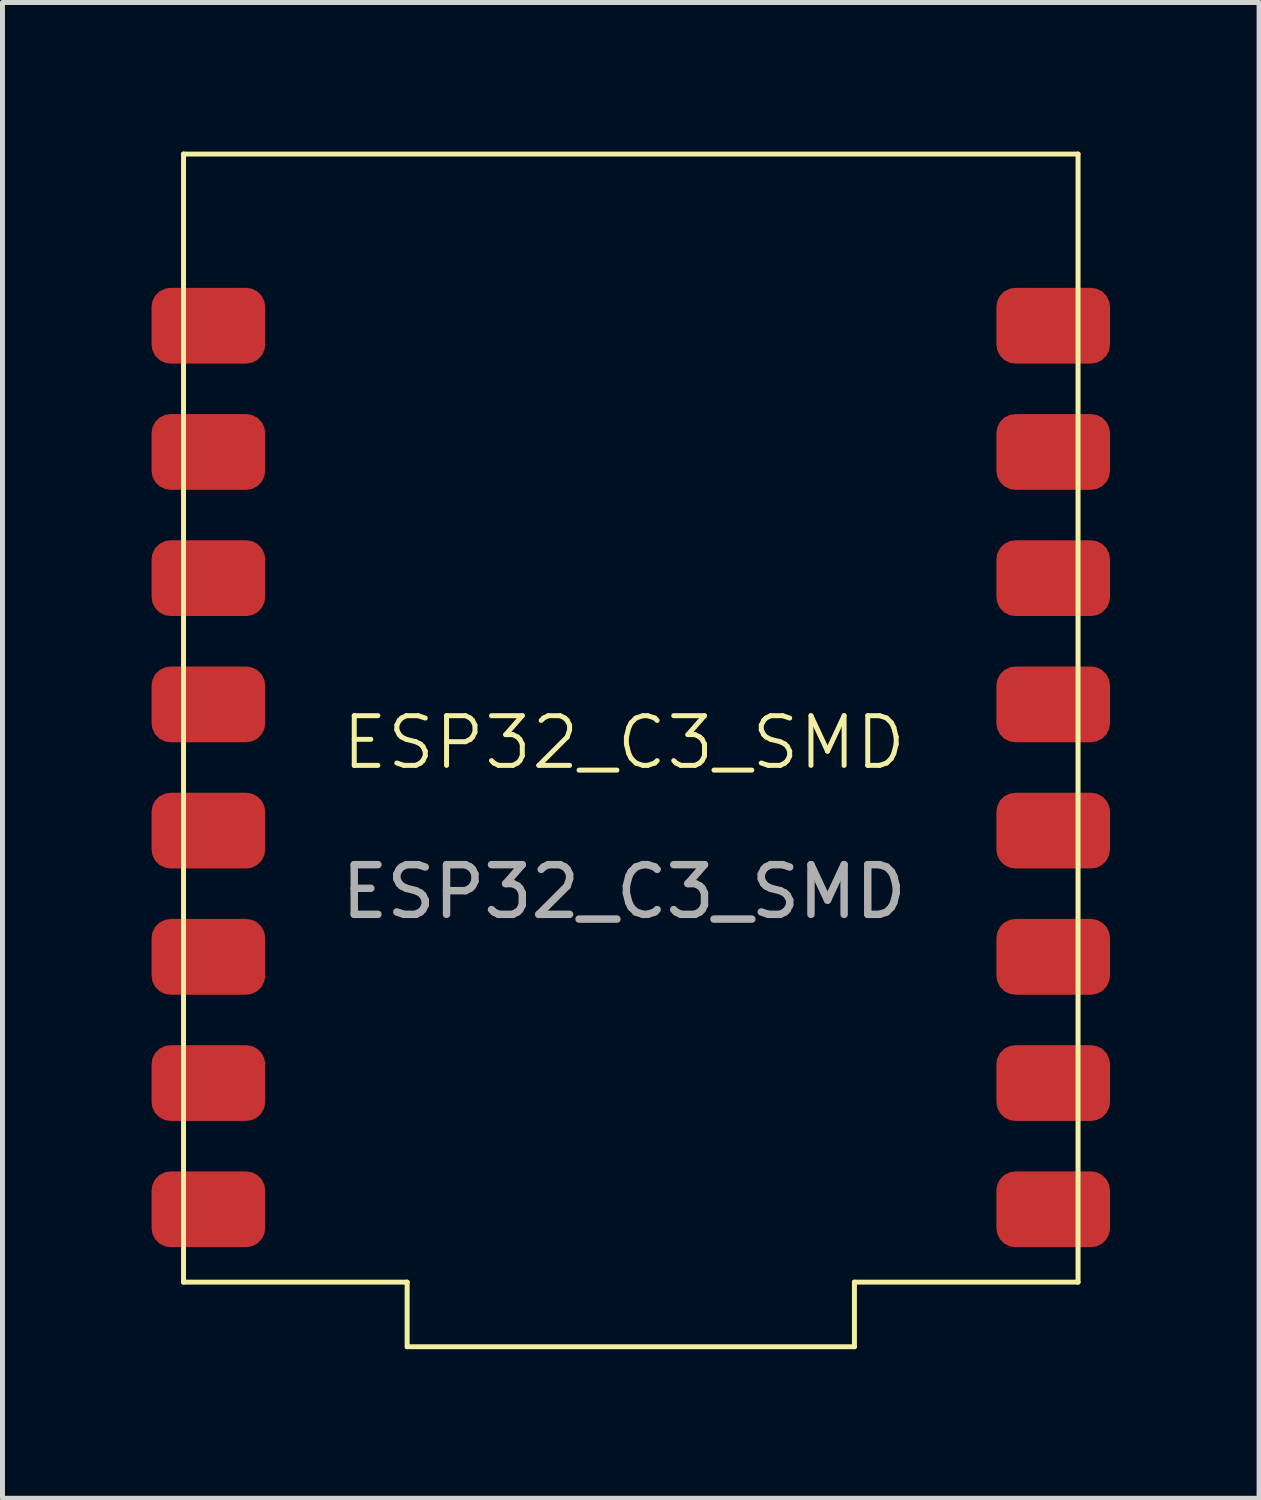
<source format=kicad_pcb>
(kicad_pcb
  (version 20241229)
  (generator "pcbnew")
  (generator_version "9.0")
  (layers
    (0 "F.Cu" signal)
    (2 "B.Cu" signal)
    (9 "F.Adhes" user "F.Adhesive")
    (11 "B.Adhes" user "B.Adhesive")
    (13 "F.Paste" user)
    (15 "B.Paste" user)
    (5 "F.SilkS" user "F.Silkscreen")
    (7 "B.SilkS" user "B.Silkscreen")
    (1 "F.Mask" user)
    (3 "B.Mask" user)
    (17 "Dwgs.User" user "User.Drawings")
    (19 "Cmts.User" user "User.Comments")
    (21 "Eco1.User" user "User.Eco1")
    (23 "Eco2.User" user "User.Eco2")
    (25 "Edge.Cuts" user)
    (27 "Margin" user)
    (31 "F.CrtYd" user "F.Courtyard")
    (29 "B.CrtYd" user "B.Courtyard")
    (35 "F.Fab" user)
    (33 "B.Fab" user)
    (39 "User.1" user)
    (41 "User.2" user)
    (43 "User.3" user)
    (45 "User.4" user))
  (footprint "ESP32_C3_SMD"
    (layer "F.Cu")
    (at 9.643 11.4)
    (property "Reference" "ESP32_C3_SMD" (at -0.136 0.494 0) (unlocked yes) (layer "F.SilkS") (effects (font (size 1 1) (thickness 0.1))))
    (attr smd)
    (fp_line (start -9 -11.35) (end -9 11.35) (stroke (width 0.1) (type default)) (layer "F.SilkS"))
    (fp_line (start -9 11.35) (end -4.5 11.35) (stroke (width 0.1) (type default)) (layer "F.SilkS"))
    (fp_line (start -4.5 12.65) (end -4.5 11.35) (stroke (width 0.1) (type default)) (layer "F.SilkS"))
    (fp_line (start -4.5 12.65) (end 4.5 12.65) (stroke (width 0.1) (type default)) (layer "F.SilkS"))
    (fp_line (start 4.5 12.65) (end 4.5 11.35) (stroke (width 0.1) (type default)) (layer "F.SilkS"))
    (fp_line (start 9 -11.35) (end -9 -11.35) (stroke (width 0.1) (type default)) (layer "F.SilkS"))
    (fp_line (start 9 11.35) (end 4.5 11.35) (stroke (width 0.1) (type default)) (layer "F.SilkS"))
    (fp_line (start 9 11.35) (end 9 -11.35) (stroke (width 0.1) (type default)) (layer "F.SilkS"))
    (fp_text user "${REFERENCE}" (at -0.136 3.494 0) (unlocked yes) (layer "F.Fab") (effects (font (size 1 1) (thickness 0.15))))
    (pad "1" smd roundrect (at -8.5 -7.896) (size 2.286 1.524) (layers "F.Cu" "F.Mask" "F.Paste") (roundrect_rratio 0.25))
    (pad "2" smd roundrect (at 8.5 -7.896) (size 2.286 1.524) (layers "F.Cu" "F.Mask" "F.Paste") (roundrect_rratio 0.25))
    (pad "3" smd roundrect (at -8.5 -5.356) (size 2.286 1.524) (layers "F.Cu" "F.Mask" "F.Paste") (roundrect_rratio 0.25))
    (pad "4" smd roundrect (at 8.5 -5.356) (size 2.286 1.524) (layers "F.Cu" "F.Mask" "F.Paste") (roundrect_rratio 0.25))
    (pad "5" smd roundrect (at -8.5 -2.816) (size 2.286 1.524) (layers "F.Cu" "F.Mask" "F.Paste") (roundrect_rratio 0.25))
    (pad "6" smd roundrect (at 8.5 -2.816) (size 2.286 1.524) (layers "F.Cu" "F.Mask" "F.Paste") (roundrect_rratio 0.25))
    (pad "7" smd roundrect (at -8.5 -0.276) (size 2.286 1.524) (layers "F.Cu" "F.Mask" "F.Paste") (roundrect_rratio 0.25))
    (pad "8" smd roundrect (at 8.5 -0.276) (size 2.286 1.524) (layers "F.Cu" "F.Mask" "F.Paste") (roundrect_rratio 0.25))
    (pad "9" smd roundrect (at -8.5 2.264) (size 2.286 1.524) (layers "F.Cu" "F.Mask" "F.Paste") (roundrect_rratio 0.25))
    (pad "10" smd roundrect (at 8.5 2.264) (size 2.286 1.524) (layers "F.Cu" "F.Mask" "F.Paste") (roundrect_rratio 0.25))
    (pad "11" smd roundrect (at -8.5 4.804) (size 2.286 1.524) (layers "F.Cu" "F.Mask" "F.Paste") (roundrect_rratio 0.25))
    (pad "12" smd roundrect (at 8.5 4.804) (size 2.286 1.524) (layers "F.Cu" "F.Mask" "F.Paste") (roundrect_rratio 0.25))
    (pad "13" smd roundrect (at -8.5 7.344) (size 2.286 1.524) (layers "F.Cu" "F.Mask" "F.Paste") (roundrect_rratio 0.25))
    (pad "14" smd roundrect (at 8.5 7.344) (size 2.286 1.524) (layers "F.Cu" "F.Mask" "F.Paste") (roundrect_rratio 0.25))
    (pad "15" smd roundrect (at -8.5 9.884) (size 2.286 1.524) (layers "F.Cu" "F.Mask" "F.Paste") (roundrect_rratio 0.25))
    (pad "16" smd roundrect (at 8.5 9.884) (size 2.286 1.524) (layers "F.Cu" "F.Mask" "F.Paste") (roundrect_rratio 0.25)))
  (gr_rect
    (start -3 -3)
    (end 22.286 27.1)
    (stroke (width 0.1) (type default))
    (fill no)
    (layer "Edge.Cuts")))
</source>
